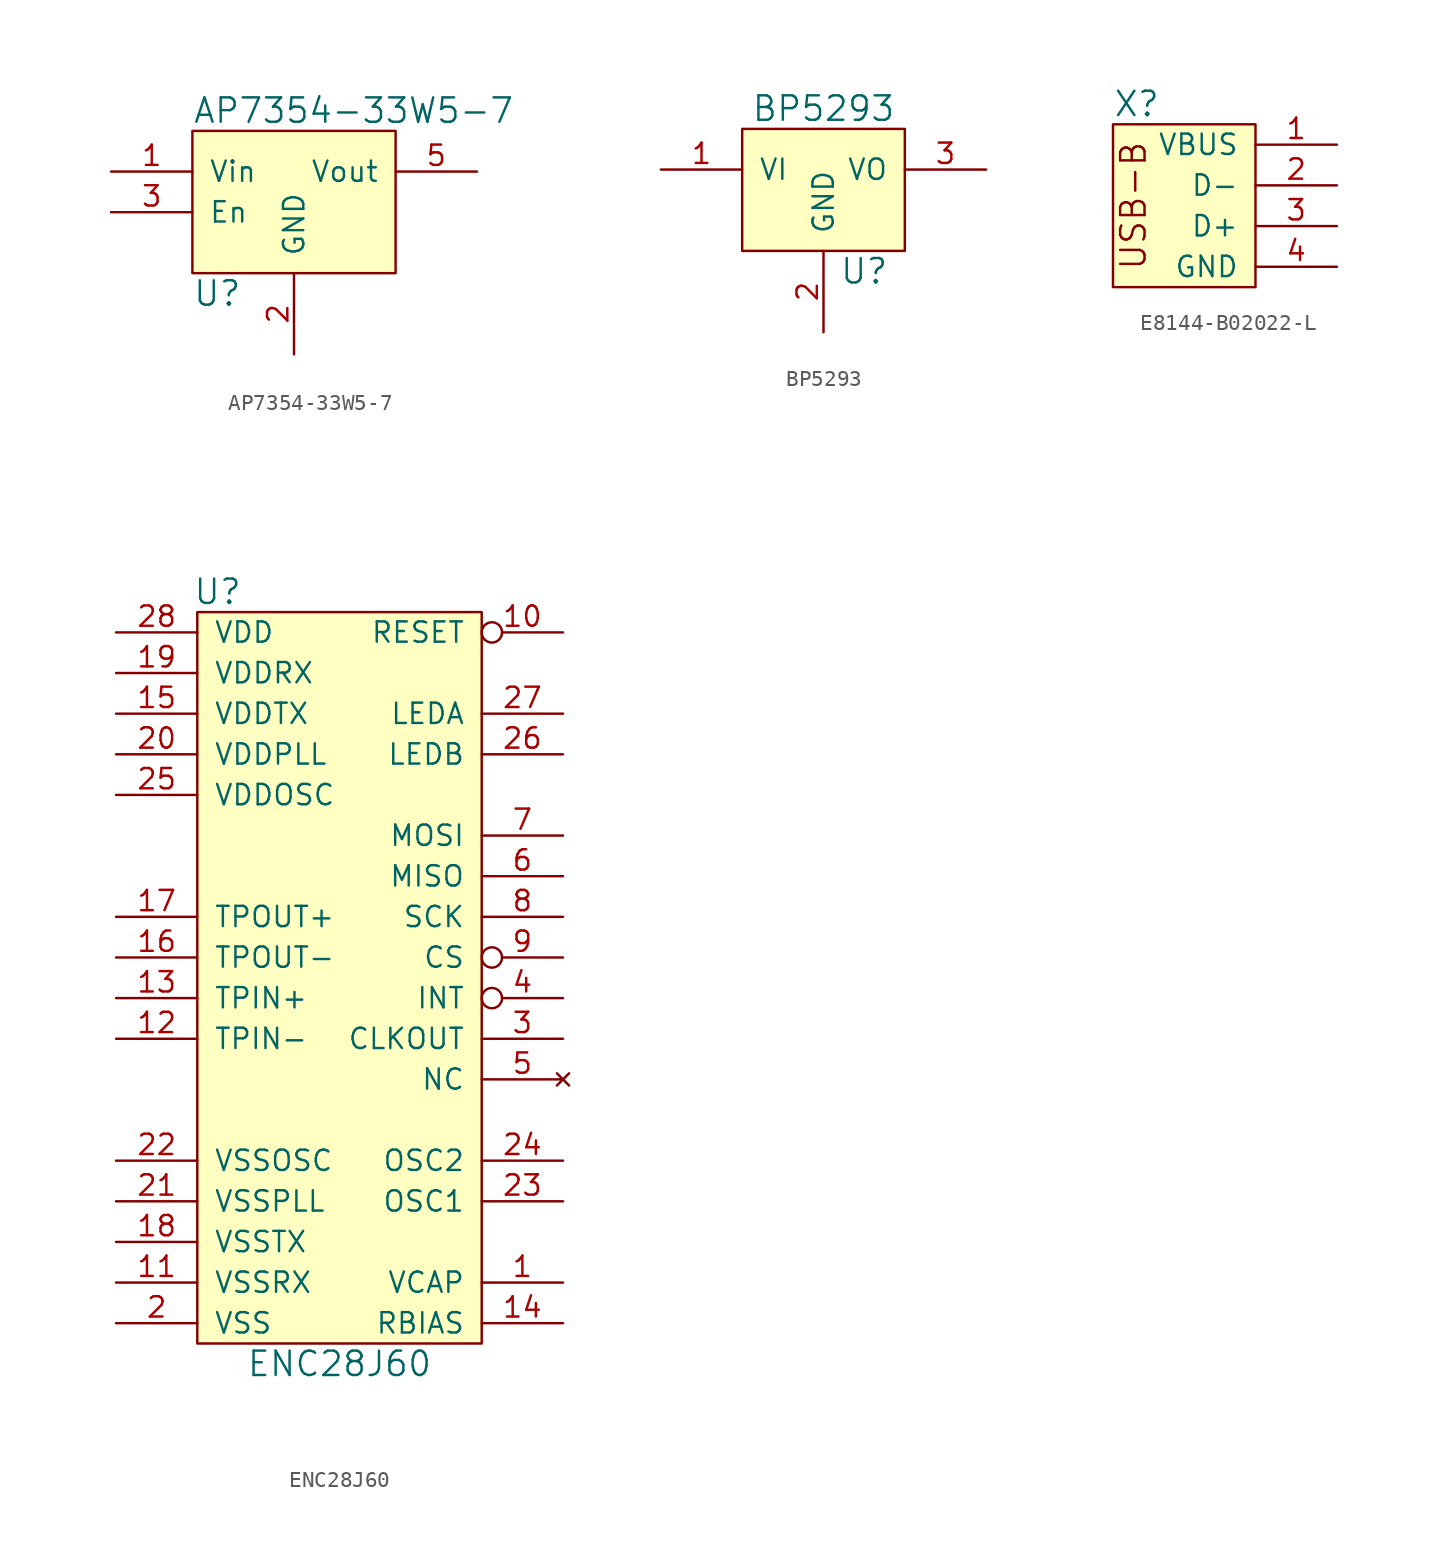
<source format=kicad_sym>
(kicad_symbol_lib
  (version 20211014)
  (generator kicad_symbol_editor)
  (symbol "AP7354-33W5-7"
    (pin_names
      (offset 1.016))
    (property "Reference" "U"
      (at -6.35 -5.08 0)
      (effects (font (size 1.524 1.524)) (justify left)))
    (property "Value" "AP7354-33W5-7"
      (at -6.35 6.35 0)
      (effects (font (size 1.524 1.524)) (justify left)))
    (symbol "AP7354-33W5-7_0_1"
      (rectangle (start -6.35 -3.81) (end 6.35 5.08) (stroke (width 0) (type default) (color 0 0 0 0)) (fill (type background))))
    (symbol "AP7354-33W5-7_1_1"
      (pin power_in line (at -11.43 2.54 0) (length 5.08) (name "Vin" (effects (font (size 1.27 1.27)))) (number "1" (effects (font (size 1.27 1.27)))))
      (pin input line (at 0 -8.89 90) (length 5.08) (name "GND" (effects (font (size 1.27 1.27)))) (number "2" (effects (font (size 1.27 1.27)))))
      (pin input line (at -11.43 0 0) (length 5.08) (name "En" (effects (font (size 1.27 1.27)))) (number "3" (effects (font (size 1.27 1.27)))))
      (pin power_out line (at 11.43 2.54 180) (length 5.08) (name "Vout" (effects (font (size 1.27 1.27)))) (number "5" (effects (font (size 1.27 1.27)))))))
  (symbol "BP5293"
    (pin_names
      (offset 1.016))
    (property "Reference" "U"
      (at 2.54 -6.35 0)
      (effects (font (size 1.524 1.524))))
    (property "Value" "BP5293"
      (at 0 3.81 0)
      (effects (font (size 1.524 1.524))))
    (property "Footprint" ""
      (at 0 -8.89 0)
      (effects (font (size 1.524 1.524))))
    (symbol "BP5293_0_1"
      (rectangle (start -5.08 2.54) (end 5.08 -5.08) (stroke (width 0) (type default) (color 0 0 0 0)) (fill (type background))))
    (symbol "BP5293_1_1"
      (pin power_in line (at -10.16 0 0) (length 5.08) (name "VI" (effects (font (size 1.27 1.27)))) (number "1" (effects (font (size 1.27 1.27)))))
      (pin power_in line (at 0 -10.16 90) (length 5.08) (name "GND" (effects (font (size 1.27 1.27)))) (number "2" (effects (font (size 1.27 1.27)))))
      (pin power_out line (at 10.16 0 180) (length 5.08) (name "VO" (effects (font (size 1.27 1.27)))) (number "3" (effects (font (size 1.27 1.27)))))))
  (symbol "E8144-B02022-L"
    (pin_names
      (offset 1.016))
    (property "Reference" "X"
      (at -6.35 7.62 0)
      (effects (font (size 1.524 1.524)) (justify left)))
    (symbol "E8144-B02022-L_0_0"
      (rectangle (start 2.54 6.35) (end -6.35 -3.81) (stroke (width 0) (type default) (color 0 0 0 0)) (fill (type background)))
      (text "USB-B" (at -5.08 1.27 900) (effects (font (size 1.524 1.524)))))
    (symbol "E8144-B02022-L_1_1"
      (pin power_out line (at 7.62 5.08 180) (length 5.08) (name "VBUS" (effects (font (size 1.27 1.27)))) (number "1" (effects (font (size 1.27 1.27)))))
      (pin bidirectional line (at 7.62 2.54 180) (length 5.08) (name "D-" (effects (font (size 1.27 1.27)))) (number "2" (effects (font (size 1.27 1.27)))))
      (pin bidirectional line (at 7.62 0 180) (length 5.08) (name "D+" (effects (font (size 1.27 1.27)))) (number "3" (effects (font (size 1.27 1.27)))))
      (pin power_out line (at 7.62 -2.54 180) (length 5.08) (name "GND" (effects (font (size 1.27 1.27)))) (number "4" (effects (font (size 1.27 1.27)))))))
  (symbol "ENC28J60"
    (pin_names
      (offset 1.016))
    (property "Reference" "U"
      (at -7.62 25.4 0)
      (effects (font (size 1.524 1.524))))
    (property "Value" "ENC28J60"
      (at 0 -22.86 0)
      (effects (font (size 1.524 1.524))))
    (symbol "ENC28J60_0_1"
      (rectangle (start -8.89 24.13) (end 8.89 -21.59) (stroke (width 0) (type default) (color 0 0 0 0)) (fill (type background))))
    (symbol "ENC28J60_1_1"
      (pin input line (at 13.97 -17.78 180) (length 5.08) (name "VCAP" (effects (font (size 1.27 1.27)))) (number "1" (effects (font (size 1.27 1.27)))))
      (pin input inverted (at 13.97 22.86 180) (length 5.08) (name "RESET" (effects (font (size 1.27 1.27)))) (number "10" (effects (font (size 1.27 1.27)))))
      (pin power_in line (at -13.97 -17.78 0) (length 5.08) (name "VSSRX" (effects (font (size 1.27 1.27)))) (number "11" (effects (font (size 1.27 1.27)))))
      (pin input line (at -13.97 -2.54 0) (length 5.08) (name "TPIN-" (effects (font (size 1.27 1.27)))) (number "12" (effects (font (size 1.27 1.27)))))
      (pin input line (at -13.97 0 0) (length 5.08) (name "TPIN+" (effects (font (size 1.27 1.27)))) (number "13" (effects (font (size 1.27 1.27)))))
      (pin input line (at 13.97 -20.32 180) (length 5.08) (name "RBIAS" (effects (font (size 1.27 1.27)))) (number "14" (effects (font (size 1.27 1.27)))))
      (pin input line (at -13.97 17.78 0) (length 5.08) (name "VDDTX" (effects (font (size 1.27 1.27)))) (number "15" (effects (font (size 1.27 1.27)))))
      (pin output line (at -13.97 2.54 0) (length 5.08) (name "TPOUT-" (effects (font (size 1.27 1.27)))) (number "16" (effects (font (size 1.27 1.27)))))
      (pin output line (at -13.97 5.08 0) (length 5.08) (name "TPOUT+" (effects (font (size 1.27 1.27)))) (number "17" (effects (font (size 1.27 1.27)))))
      (pin power_in line (at -13.97 -15.24 0) (length 5.08) (name "VSSTX" (effects (font (size 1.27 1.27)))) (number "18" (effects (font (size 1.27 1.27)))))
      (pin power_in line (at -13.97 20.32 0) (length 5.08) (name "VDDRX" (effects (font (size 1.27 1.27)))) (number "19" (effects (font (size 1.27 1.27)))))
      (pin power_in line (at -13.97 -20.32 0) (length 5.08) (name "VSS" (effects (font (size 1.27 1.27)))) (number "2" (effects (font (size 1.27 1.27)))))
      (pin power_in line (at -13.97 15.24 0) (length 5.08) (name "VDDPLL" (effects (font (size 1.27 1.27)))) (number "20" (effects (font (size 1.27 1.27)))))
      (pin power_in line (at -13.97 -12.7 0) (length 5.08) (name "VSSPLL" (effects (font (size 1.27 1.27)))) (number "21" (effects (font (size 1.27 1.27)))))
      (pin power_in line (at -13.97 -10.16 0) (length 5.08) (name "VSSOSC" (effects (font (size 1.27 1.27)))) (number "22" (effects (font (size 1.27 1.27)))))
      (pin input line (at 13.97 -12.7 180) (length 5.08) (name "OSC1" (effects (font (size 1.27 1.27)))) (number "23" (effects (font (size 1.27 1.27)))))
      (pin output line (at 13.97 -10.16 180) (length 5.08) (name "OSC2" (effects (font (size 1.27 1.27)))) (number "24" (effects (font (size 1.27 1.27)))))
      (pin power_in line (at -13.97 12.7 0) (length 5.08) (name "VDDOSC" (effects (font (size 1.27 1.27)))) (number "25" (effects (font (size 1.27 1.27)))))
      (pin output line (at 13.97 15.24 180) (length 5.08) (name "LEDB" (effects (font (size 1.27 1.27)))) (number "26" (effects (font (size 1.27 1.27)))))
      (pin output line (at 13.97 17.78 180) (length 5.08) (name "LEDA" (effects (font (size 1.27 1.27)))) (number "27" (effects (font (size 1.27 1.27)))))
      (pin power_in line (at -13.97 22.86 0) (length 5.08) (name "VDD" (effects (font (size 1.27 1.27)))) (number "28" (effects (font (size 1.27 1.27)))))
      (pin output line (at 13.97 -2.54 180) (length 5.08) (name "CLKOUT" (effects (font (size 1.27 1.27)))) (number "3" (effects (font (size 1.27 1.27)))))
      (pin output inverted (at 13.97 0 180) (length 5.08) (name "INT" (effects (font (size 1.27 1.27)))) (number "4" (effects (font (size 1.27 1.27)))))
      (pin no_connect line (at 13.97 -5.08 180) (length 5.08) (name "NC" (effects (font (size 1.27 1.27)))) (number "5" (effects (font (size 1.27 1.27)))))
      (pin output line (at 13.97 7.62 180) (length 5.08) (name "MISO" (effects (font (size 1.27 1.27)))) (number "6" (effects (font (size 1.27 1.27)))))
      (pin input line (at 13.97 10.16 180) (length 5.08) (name "MOSI" (effects (font (size 1.27 1.27)))) (number "7" (effects (font (size 1.27 1.27)))))
      (pin input line (at 13.97 5.08 180) (length 5.08) (name "SCK" (effects (font (size 1.27 1.27)))) (number "8" (effects (font (size 1.27 1.27)))))
      (pin input inverted (at 13.97 2.54 180) (length 5.08) (name "CS" (effects (font (size 1.27 1.27)))) (number "9" (effects (font (size 1.27 1.27))))))))
</source>
